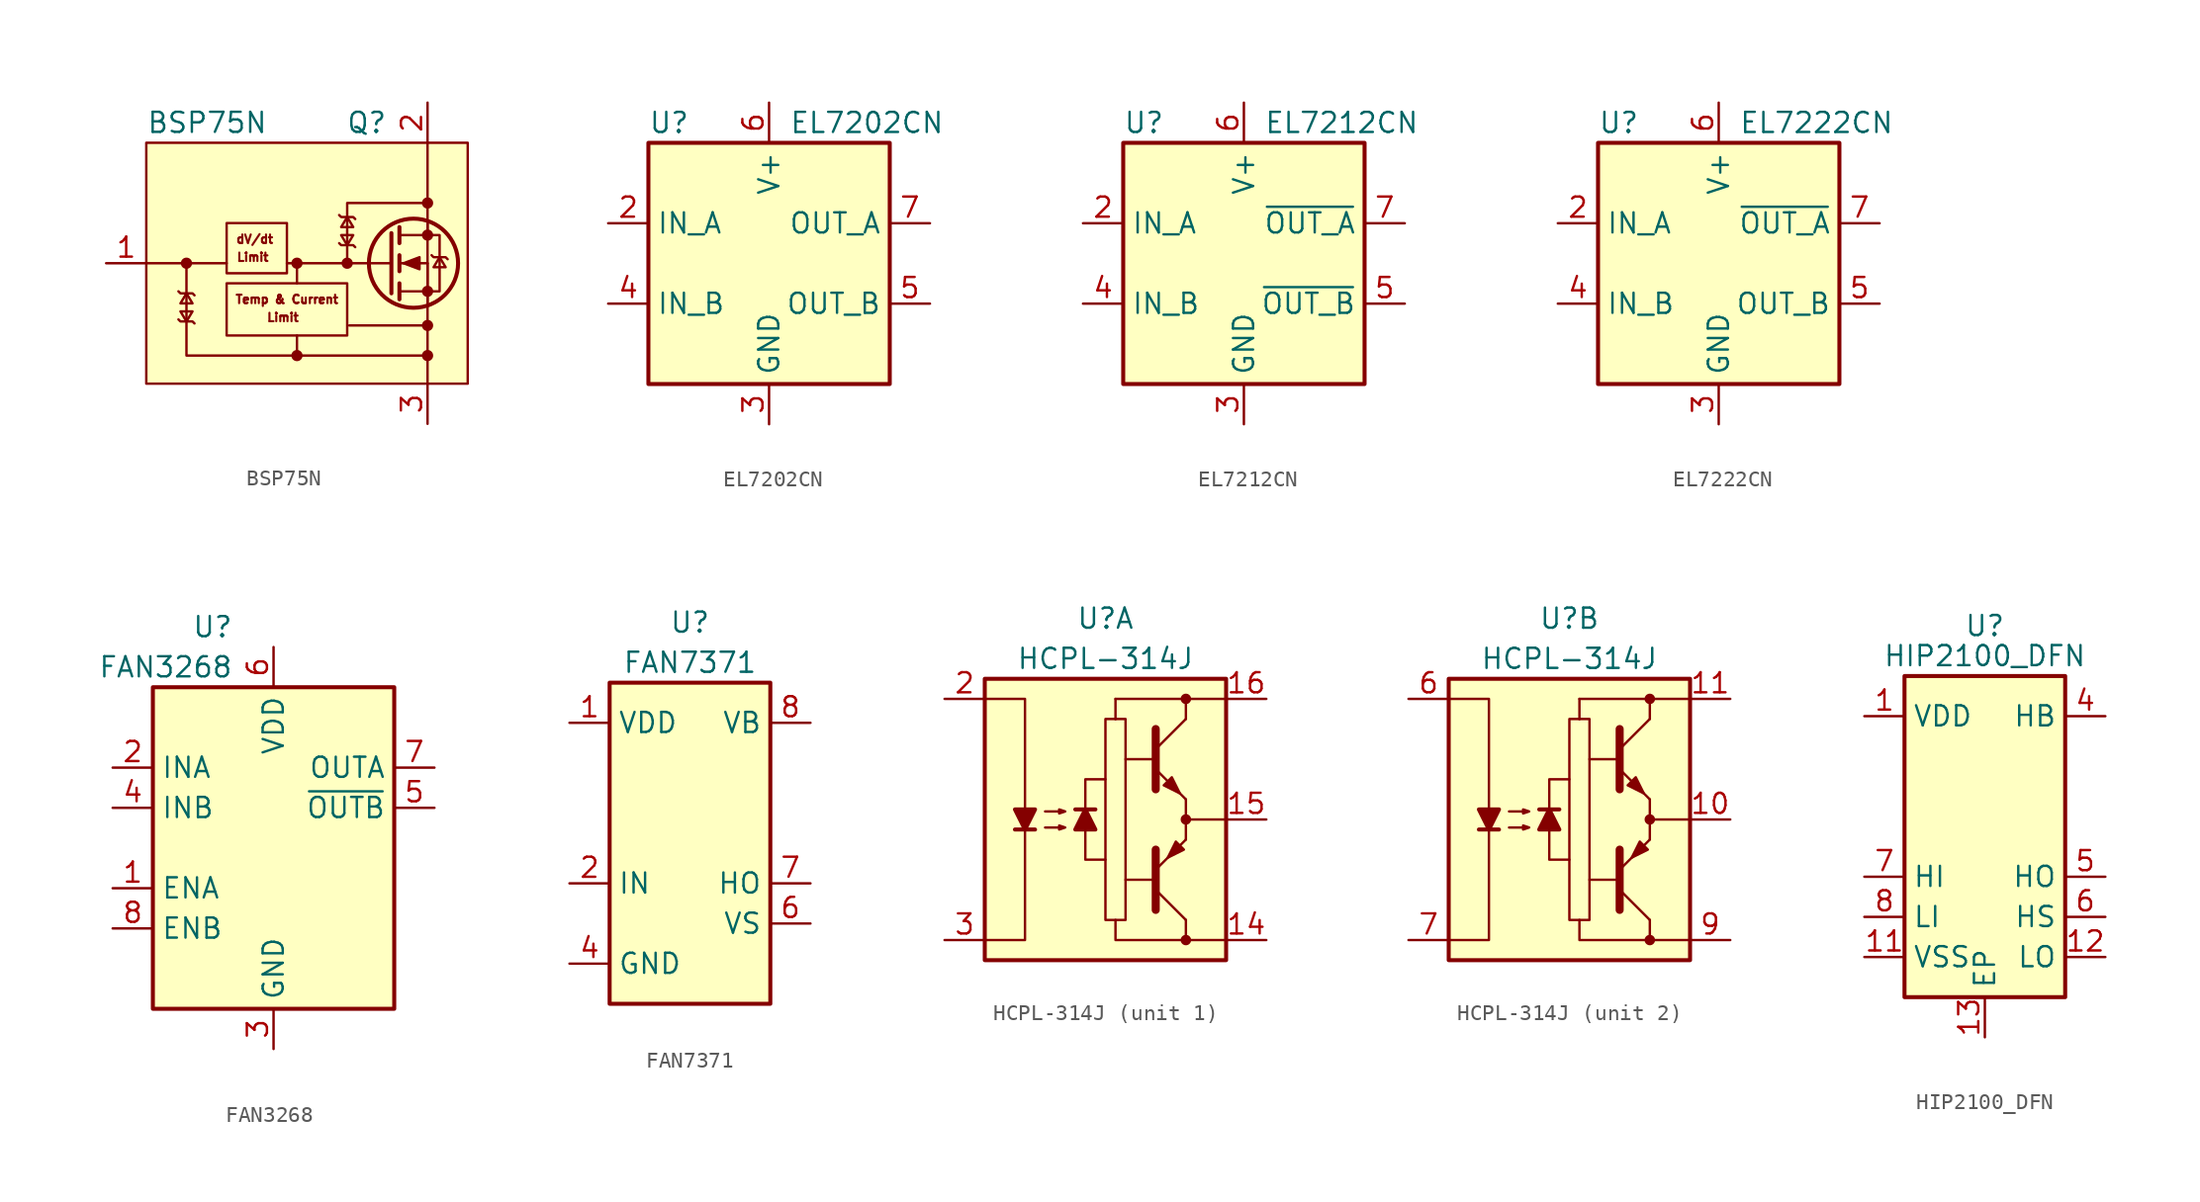
<source format=kicad_sym>
(kicad_symbol_lib
  (version 20201005)
  (generator kicad_symbol_editor)
  (symbol "Driver_FET:BSP75N"
    (pin_names
      (offset 0) hide)
    (property "Reference" "Q"
      (at 5.08 8.89 0)
      (effects (font (size 1.27 1.27)) (justify right)))
    (property "Value" "BSP75N"
      (at -10.16 8.89 0)
      (effects (font (size 1.27 1.27)) (justify left)))
    (symbol "BSP75N_0_0"
      (text "Limit" (at -1.524 -3.429 0) (effects (font (size 0.533 0.533))))
      (text "Temp & Current" (at -1.27 -2.286 0) (effects (font (size 0.533 0.533))))
      (rectangle (start -10.16 7.62) (end 10.16 -7.62) (stroke (width 0)) (fill (type background)))
      (polyline (pts (xy 7.62 2.54) (xy 7.62 -7.62)) (stroke (width 0)) (fill (type none)))
      (polyline (pts (xy 7.62 2.54) (xy 7.62 7.62)) (stroke (width 0)) (fill (type none)))
      (polyline (pts (xy -0.635 -1.27) (xy -0.635 -0.635) (xy -0.635 0)) (stroke (width 0)) (fill (type none)))
      (polyline (pts (xy 2.54 0) (xy 2.54 3.81) (xy 7.62 3.81)) (stroke (width 0)) (fill (type none)))
      (polyline (pts (xy 7.62 -5.842) (xy -0.635 -5.842) (xy -0.635 -4.572)) (stroke (width 0)) (fill (type none)))
      (polyline (pts (xy -0.635 -5.842) (xy -7.62 -5.842) (xy -7.62 0) (xy -5.08 0)) (stroke (width 0)) (fill (type none))))
    (symbol "BSP75N_0_1"
      (rectangle (start -5.08 -1.27) (end 2.54 -4.572) (stroke (width 0)) (fill (type none)))
      (polyline (pts (xy -7.62 0) (xy -10.16 0)) (stroke (width 0)) (fill (type none)))
      (polyline (pts (xy 7.62 -3.937) (xy 2.667 -3.937)) (stroke (width 0)) (fill (type none))))
    (symbol "BSP75N_1_1"
      (circle (center -7.62 0) (radius 0.279) (stroke (width 0)) (fill (type outline)))
      (circle (center -0.635 -5.842) (radius 0.279) (stroke (width 0)) (fill (type outline)))
      (circle (center -0.635 0) (radius 0.279) (stroke (width 0)) (fill (type outline)))
      (circle (center 2.54 0) (radius 0.279) (stroke (width 0)) (fill (type outline)))
      (circle (center 6.731 0) (radius 2.819) (stroke (width 0.254)) (fill (type none)))
      (circle (center 7.62 -5.842) (radius 0.279) (stroke (width 0)) (fill (type outline)))
      (circle (center 7.62 -3.937) (radius 0.279) (stroke (width 0)) (fill (type outline)))
      (circle (center 7.62 -1.778) (radius 0.279) (stroke (width 0)) (fill (type outline)))
      (circle (center 7.62 1.778) (radius 0.279) (stroke (width 0)) (fill (type outline)))
      (circle (center 7.62 3.81) (radius 0.279) (stroke (width 0)) (fill (type outline)))
      (text "dV/dt" (at -3.302 1.524 0) (effects (font (size 0.533 0.533))))
      (text "Limit" (at -3.429 0.381 0) (effects (font (size 0.533 0.533))))
      (rectangle (start -5.08 2.54) (end -1.27 -0.635) (stroke (width 0)) (fill (type none)))
      (polyline (pts (xy 2.54 0) (xy -1.27 0)) (stroke (width 0)) (fill (type none)))
      (polyline (pts (xy 2.54 0) (xy 5.334 0)) (stroke (width 0)) (fill (type none)))
      (polyline (pts (xy 5.842 -1.778) (xy 7.62 -1.778)) (stroke (width 0)) (fill (type none)))
      (polyline (pts (xy 5.842 -1.27) (xy 5.842 -2.286)) (stroke (width 0.254)) (fill (type none)))
      (polyline (pts (xy 5.842 0) (xy 7.62 0)) (stroke (width 0)) (fill (type none)))
      (polyline (pts (xy 5.842 0.508) (xy 5.842 -0.508)) (stroke (width 0.254)) (fill (type none)))
      (polyline (pts (xy 5.842 1.778) (xy 7.62 1.778)) (stroke (width 0)) (fill (type none)))
      (polyline (pts (xy 5.842 2.286) (xy 5.842 1.27)) (stroke (width 0.254)) (fill (type none)))
      (polyline (pts (xy 7.62 -1.778) (xy 7.62 -2.54)) (stroke (width 0)) (fill (type none)))
      (polyline (pts (xy 7.62 -1.778) (xy 7.62 0)) (stroke (width 0)) (fill (type none)))
      (polyline (pts (xy 7.62 2.54) (xy 7.62 1.778)) (stroke (width 0)) (fill (type none)))
      (polyline (pts (xy 5.334 1.905) (xy 5.334 -1.905) (xy 5.334 -1.905)) (stroke (width 0.254)) (fill (type none)))
      (polyline (pts (xy -8.128 -1.778) (xy -8.001 -1.905) (xy -7.239 -1.905) (xy -7.112 -2.032)) (stroke (width 0)) (fill (type none)))
      (polyline (pts (xy -7.62 -3.683) (xy -7.239 -3.048) (xy -8.001 -3.048) (xy -7.62 -3.683)) (stroke (width 0)) (fill (type none)))
      (polyline (pts (xy -7.62 -1.905) (xy -8.001 -2.54) (xy -7.239 -2.54) (xy -7.62 -1.905)) (stroke (width 0)) (fill (type none)))
      (polyline (pts (xy -7.112 -3.81) (xy -7.239 -3.683) (xy -8.001 -3.683) (xy -8.128 -3.556)) (stroke (width 0)) (fill (type none)))
      (polyline (pts (xy 2.032 3.048) (xy 2.159 2.921) (xy 2.921 2.921) (xy 3.048 2.794)) (stroke (width 0)) (fill (type none)))
      (polyline (pts (xy 2.54 1.143) (xy 2.921 1.778) (xy 2.159 1.778) (xy 2.54 1.143)) (stroke (width 0)) (fill (type none)))
      (polyline (pts (xy 2.54 2.921) (xy 2.159 2.286) (xy 2.921 2.286) (xy 2.54 2.921)) (stroke (width 0)) (fill (type none)))
      (polyline (pts (xy 3.048 1.016) (xy 2.921 1.143) (xy 2.159 1.143) (xy 2.032 1.27)) (stroke (width 0)) (fill (type none)))
      (polyline (pts (xy 6.096 0) (xy 7.112 0.381) (xy 7.112 -0.381) (xy 6.096 0)) (stroke (width 0)) (fill (type outline)))
      (polyline (pts (xy 7.62 -1.778) (xy 8.382 -1.778) (xy 8.382 1.778) (xy 7.62 1.778)) (stroke (width 0)) (fill (type none)))
      (polyline (pts (xy 7.874 0.508) (xy 8.001 0.381) (xy 8.763 0.381) (xy 8.89 0.254)) (stroke (width 0)) (fill (type none)))
      (polyline (pts (xy 8.382 0.381) (xy 8.001 -0.254) (xy 8.763 -0.254) (xy 8.382 0.381)) (stroke (width 0)) (fill (type none)))
      (pin input line (at -12.7 0 0) (length 2.54) (name "G" (effects (font (size 1.27 1.27)))) (number "1" (effects (font (size 1.27 1.27)))))
      (pin passive line (at 7.62 10.16 270) (length 2.54) (name "D" (effects (font (size 1.27 1.27)))) (number "2" (effects (font (size 1.27 1.27)))))
      (pin passive line (at 7.62 -10.16 90) (length 2.54) (name "S" (effects (font (size 1.27 1.27)))) (number "3" (effects (font (size 1.27 1.27)))))
      (pin passive line (at 7.62 -10.16 90) (length 2.54) hide (name "S" (effects (font (size 1.27 1.27)))) (number "4" (effects (font (size 1.27 1.27)))))))
  (symbol "Driver_FET:EL7202CN"
    (property "Reference" "U"
      (at -7.62 8.89 0)
      (effects (font (size 1.27 1.27)) (justify left)))
    (property "Value" "EL7202CN"
      (at 1.27 8.89 0)
      (effects (font (size 1.27 1.27)) (justify left)))
    (symbol "EL7202CN_0_1"
      (rectangle (start -7.62 -7.62) (end 7.62 7.62) (stroke (width 0.254)) (fill (type background))))
    (symbol "EL7202CN_1_1"
      (pin no_connect line (at -7.62 0 0) (length 2.54) hide (name "NC" (effects (font (size 1.27 1.27)))) (number "1" (effects (font (size 1.27 1.27)))))
      (pin input line (at -10.16 2.54 0) (length 2.54) (name "IN_A" (effects (font (size 1.27 1.27)))) (number "2" (effects (font (size 1.27 1.27)))))
      (pin power_in line (at 0 -10.16 90) (length 2.54) (name "GND" (effects (font (size 1.27 1.27)))) (number "3" (effects (font (size 1.27 1.27)))))
      (pin input line (at -10.16 -2.54 0) (length 2.54) (name "IN_B" (effects (font (size 1.27 1.27)))) (number "4" (effects (font (size 1.27 1.27)))))
      (pin output line (at 10.16 -2.54 180) (length 2.54) (name "OUT_B" (effects (font (size 1.27 1.27)))) (number "5" (effects (font (size 1.27 1.27)))))
      (pin power_in line (at 0 10.16 270) (length 2.54) (name "V+" (effects (font (size 1.27 1.27)))) (number "6" (effects (font (size 1.27 1.27)))))
      (pin output line (at 10.16 2.54 180) (length 2.54) (name "OUT_A" (effects (font (size 1.27 1.27)))) (number "7" (effects (font (size 1.27 1.27)))))
      (pin no_connect line (at 7.62 0 180) (length 2.54) hide (name "NC" (effects (font (size 1.27 1.27)))) (number "8" (effects (font (size 1.27 1.27)))))))
  (symbol "Driver_FET:EL7212CN"
    (property "Reference" "U"
      (at -7.62 8.89 0)
      (effects (font (size 1.27 1.27)) (justify left)))
    (property "Value" "EL7212CN"
      (at 1.27 8.89 0)
      (effects (font (size 1.27 1.27)) (justify left)))
    (symbol "EL7212CN_0_1"
      (rectangle (start -7.62 -7.62) (end 7.62 7.62) (stroke (width 0.254)) (fill (type background))))
    (symbol "EL7212CN_1_1"
      (pin no_connect line (at -7.62 0 0) (length 2.54) hide (name "NC" (effects (font (size 1.27 1.27)))) (number "1" (effects (font (size 1.27 1.27)))))
      (pin input line (at -10.16 2.54 0) (length 2.54) (name "IN_A" (effects (font (size 1.27 1.27)))) (number "2" (effects (font (size 1.27 1.27)))))
      (pin power_in line (at 0 -10.16 90) (length 2.54) (name "GND" (effects (font (size 1.27 1.27)))) (number "3" (effects (font (size 1.27 1.27)))))
      (pin input line (at -10.16 -2.54 0) (length 2.54) (name "IN_B" (effects (font (size 1.27 1.27)))) (number "4" (effects (font (size 1.27 1.27)))))
      (pin output line (at 10.16 -2.54 180) (length 2.54) (name "~OUT_B" (effects (font (size 1.27 1.27)))) (number "5" (effects (font (size 1.27 1.27)))))
      (pin power_in line (at 0 10.16 270) (length 2.54) (name "V+" (effects (font (size 1.27 1.27)))) (number "6" (effects (font (size 1.27 1.27)))))
      (pin output line (at 10.16 2.54 180) (length 2.54) (name "~OUT_A" (effects (font (size 1.27 1.27)))) (number "7" (effects (font (size 1.27 1.27)))))
      (pin no_connect line (at 7.62 0 180) (length 2.54) hide (name "NC" (effects (font (size 1.27 1.27)))) (number "8" (effects (font (size 1.27 1.27)))))))
  (symbol "Driver_FET:EL7222CN"
    (property "Reference" "U"
      (at -7.62 8.89 0)
      (effects (font (size 1.27 1.27)) (justify left)))
    (property "Value" "EL7222CN"
      (at 1.27 8.89 0)
      (effects (font (size 1.27 1.27)) (justify left)))
    (symbol "EL7222CN_0_1"
      (rectangle (start -7.62 -7.62) (end 7.62 7.62) (stroke (width 0.254)) (fill (type background))))
    (symbol "EL7222CN_1_1"
      (pin no_connect line (at -7.62 0 0) (length 2.54) hide (name "NC" (effects (font (size 1.27 1.27)))) (number "1" (effects (font (size 1.27 1.27)))))
      (pin input line (at -10.16 2.54 0) (length 2.54) (name "IN_A" (effects (font (size 1.27 1.27)))) (number "2" (effects (font (size 1.27 1.27)))))
      (pin power_in line (at 0 -10.16 90) (length 2.54) (name "GND" (effects (font (size 1.27 1.27)))) (number "3" (effects (font (size 1.27 1.27)))))
      (pin input line (at -10.16 -2.54 0) (length 2.54) (name "IN_B" (effects (font (size 1.27 1.27)))) (number "4" (effects (font (size 1.27 1.27)))))
      (pin output line (at 10.16 -2.54 180) (length 2.54) (name "OUT_B" (effects (font (size 1.27 1.27)))) (number "5" (effects (font (size 1.27 1.27)))))
      (pin power_in line (at 0 10.16 270) (length 2.54) (name "V+" (effects (font (size 1.27 1.27)))) (number "6" (effects (font (size 1.27 1.27)))))
      (pin output line (at 10.16 2.54 180) (length 2.54) (name "~OUT_A" (effects (font (size 1.27 1.27)))) (number "7" (effects (font (size 1.27 1.27)))))
      (pin no_connect line (at 7.62 0 180) (length 2.54) hide (name "NC" (effects (font (size 1.27 1.27)))) (number "8" (effects (font (size 1.27 1.27)))))))
  (symbol "Driver_FET:FAN3268"
    (property "Reference" "U"
      (at -2.54 13.97 0)
      (effects (font (size 1.27 1.27)) (justify right)))
    (property "Value" "FAN3268"
      (at -2.54 11.43 0)
      (effects (font (size 1.27 1.27)) (justify right)))
    (symbol "FAN3268_0_1"
      (rectangle (start -7.62 10.16) (end 7.62 -10.16) (stroke (width 0.254)) (fill (type background))))
    (symbol "FAN3268_1_1"
      (pin input line (at -10.16 -2.54 0) (length 2.54) (name "ENA" (effects (font (size 1.27 1.27)))) (number "1" (effects (font (size 1.27 1.27)))))
      (pin input line (at -10.16 5.08 0) (length 2.54) (name "INA" (effects (font (size 1.27 1.27)))) (number "2" (effects (font (size 1.27 1.27)))))
      (pin power_in line (at 0 -12.7 90) (length 2.54) (name "GND" (effects (font (size 1.27 1.27)))) (number "3" (effects (font (size 1.27 1.27)))))
      (pin input line (at -10.16 2.54 0) (length 2.54) (name "INB" (effects (font (size 1.27 1.27)))) (number "4" (effects (font (size 1.27 1.27)))))
      (pin output line (at 10.16 2.54 180) (length 2.54) (name "~OUTB~" (effects (font (size 1.27 1.27)))) (number "5" (effects (font (size 1.27 1.27)))))
      (pin power_in line (at 0 12.7 270) (length 2.54) (name "VDD" (effects (font (size 1.27 1.27)))) (number "6" (effects (font (size 1.27 1.27)))))
      (pin output line (at 10.16 5.08 180) (length 2.54) (name "OUTA" (effects (font (size 1.27 1.27)))) (number "7" (effects (font (size 1.27 1.27)))))
      (pin input line (at -10.16 -5.08 0) (length 2.54) (name "ENB" (effects (font (size 1.27 1.27)))) (number "8" (effects (font (size 1.27 1.27)))))))
  (symbol "Driver_FET:FAN7371"
    (property "Reference" "U"
      (at 0 13.97 0)
      (effects (font (size 1.27 1.27))))
    (property "Value" "FAN7371"
      (at 0 11.43 0)
      (effects (font (size 1.27 1.27))))
    (symbol "FAN7371_0_1"
      (rectangle (start -5.08 10.16) (end 5.08 -10.16) (stroke (width 0.254)) (fill (type background))))
    (symbol "FAN7371_1_1"
      (pin power_in line (at -7.62 7.62 0) (length 2.54) (name "VDD" (effects (font (size 1.27 1.27)))) (number "1" (effects (font (size 1.27 1.27)))))
      (pin input line (at -7.62 -2.54 0) (length 2.54) (name "IN" (effects (font (size 1.27 1.27)))) (number "2" (effects (font (size 1.27 1.27)))))
      (pin no_connect line (at -5.08 -5.08 0) (length 2.54) hide (name "NC" (effects (font (size 1.27 1.27)))) (number "3" (effects (font (size 1.27 1.27)))))
      (pin power_in line (at -7.62 -7.62 0) (length 2.54) (name "GND" (effects (font (size 1.27 1.27)))) (number "4" (effects (font (size 1.27 1.27)))))
      (pin no_connect line (at 5.08 -7.62 180) (length 2.54) hide (name "NC" (effects (font (size 1.27 1.27)))) (number "5" (effects (font (size 1.27 1.27)))))
      (pin passive line (at 7.62 -5.08 180) (length 2.54) (name "VS" (effects (font (size 1.27 1.27)))) (number "6" (effects (font (size 1.27 1.27)))))
      (pin output line (at 7.62 -2.54 180) (length 2.54) (name "HO" (effects (font (size 1.27 1.27)))) (number "7" (effects (font (size 1.27 1.27)))))
      (pin passive line (at 7.62 7.62 180) (length 2.54) (name "VB" (effects (font (size 1.27 1.27)))) (number "8" (effects (font (size 1.27 1.27)))))))
  (symbol "Driver_FET:HCPL-314J"
    (pin_names hide)
    (property "Reference" "U"
      (at 0 12.7 0)
      (effects (font (size 1.27 1.27))))
    (property "Value" "HCPL-314J"
      (at 0 10.16 0)
      (effects (font (size 1.27 1.27))))
    (symbol "HCPL-314J_0_1"
      (circle (center 5.08 -7.62) (radius 0.254) (stroke (width 0)) (fill (type outline)))
      (circle (center 5.08 0) (radius 0.254) (stroke (width 0)) (fill (type outline)))
      (circle (center 5.08 7.62) (radius 0.254) (stroke (width 0)) (fill (type outline)))
      (rectangle (start -7.62 8.89) (end 7.62 -8.89) (stroke (width 0.254)) (fill (type background)))
      (rectangle (start 0.635 6.35) (end 0.635 6.35) (stroke (width 0)) (fill (type none)))
      (rectangle (start 0.635 6.35) (end 0.635 7.62) (stroke (width 0)) (fill (type none)))
      (rectangle (start 5.08 1.27) (end 5.08 -1.27) (stroke (width 0)) (fill (type none)))
      (polyline (pts (xy -5.715 -0.635) (xy -4.445 -0.635)) (stroke (width 0.254)) (fill (type none)))
      (polyline (pts (xy -0.635 0.635) (xy -1.905 0.635)) (stroke (width 0.254)) (fill (type none)))
      (polyline (pts (xy 3.048 -3.81) (xy 1.27 -3.81)) (stroke (width 0)) (fill (type none)))
      (polyline (pts (xy 3.048 3.81) (xy 1.27 3.81)) (stroke (width 0)) (fill (type none)))
      (polyline (pts (xy 3.175 -4.445) (xy 5.08 -6.35)) (stroke (width 0)) (fill (type none)))
      (polyline (pts (xy 3.175 4.445) (xy 5.08 6.35)) (stroke (width 0)) (fill (type none)))
      (polyline (pts (xy 5.08 -6.35) (xy 5.08 -7.62)) (stroke (width 0)) (fill (type none)))
      (polyline (pts (xy 5.08 -1.27) (xy 3.175 -3.175)) (stroke (width 0)) (fill (type outline)))
      (polyline (pts (xy 5.08 0) (xy 7.62 0)) (stroke (width 0)) (fill (type none)))
      (polyline (pts (xy 5.08 1.27) (xy 3.175 3.175)) (stroke (width 0)) (fill (type outline)))
      (polyline (pts (xy 5.08 6.35) (xy 5.08 7.62)) (stroke (width 0)) (fill (type none)))
      (polyline (pts (xy 7.62 7.62) (xy 0.635 7.62)) (stroke (width 0)) (fill (type none)))
      (polyline (pts (xy -1.27 -0.635) (xy -1.27 -2.54) (xy 0 -2.54)) (stroke (width 0)) (fill (type none)))
      (polyline (pts (xy -1.27 0.635) (xy -1.27 2.54) (xy 0 2.54)) (stroke (width 0)) (fill (type none)))
      (polyline (pts (xy 0.635 -6.35) (xy 0.635 -7.62) (xy 7.62 -7.62)) (stroke (width 0)) (fill (type none)))
      (polyline (pts (xy 3.175 -5.715) (xy 3.175 -1.905) (xy 3.175 -1.905)) (stroke (width 0.508)) (fill (type none)))
      (polyline (pts (xy 3.175 5.715) (xy 3.175 1.905) (xy 3.175 1.905)) (stroke (width 0.508)) (fill (type none)))
      (polyline (pts (xy -7.62 7.62) (xy -5.08 7.62) (xy -5.08 -7.62) (xy -7.62 -7.62)) (stroke (width 0)) (fill (type none)))
      (polyline (pts (xy -5.08 -0.635) (xy -5.715 0.635) (xy -4.445 0.635) (xy -5.08 -0.635)) (stroke (width 0.254)) (fill (type outline)))
      (polyline (pts (xy -1.27 0.635) (xy -0.635 -0.635) (xy -1.905 -0.635) (xy -1.27 0.635)) (stroke (width 0.254)) (fill (type outline)))
      (polyline (pts (xy -3.81 -0.508) (xy -2.54 -0.508) (xy -2.921 -0.635) (xy -2.921 -0.381) (xy -2.54 -0.508)) (stroke (width 0)) (fill (type none)))
      (polyline (pts (xy -3.81 0.508) (xy -2.54 0.508) (xy -2.921 0.381) (xy -2.921 0.635) (xy -2.54 0.508)) (stroke (width 0)) (fill (type none)))
      (polyline (pts (xy 1.27 6.35) (xy 1.27 -6.35) (xy 0 -6.35) (xy 0 6.35) (xy 1.27 6.35)) (stroke (width 0)) (fill (type none)))
      (polyline (pts (xy 3.683 2.159) (xy 4.191 2.667) (xy 4.699 1.651) (xy 3.683 2.159) (xy 3.683 2.159)) (stroke (width 0)) (fill (type outline)))
      (polyline (pts (xy 4.953 -1.905) (xy 4.445 -1.397) (xy 3.937 -2.413) (xy 4.953 -1.905) (xy 4.953 -1.905)) (stroke (width 0)) (fill (type outline))))
    (symbol "HCPL-314J_1_1"
      (pin no_connect line (at -7.62 0 0) (length 2.54) hide (name "NC" (effects (font (size 1.27 1.27)))) (number "1" (effects (font (size 1.27 1.27)))))
      (pin power_in line (at 10.16 -7.62 180) (length 2.54) (name "VEE" (effects (font (size 1.27 1.27)))) (number "14" (effects (font (size 1.27 1.27)))))
      (pin output line (at 10.16 0 180) (length 2.54) (name "VO" (effects (font (size 1.27 1.27)))) (number "15" (effects (font (size 1.27 1.27)))))
      (pin power_in line (at 10.16 7.62 180) (length 2.54) (name "VCC" (effects (font (size 1.27 1.27)))) (number "16" (effects (font (size 1.27 1.27)))))
      (pin passive line (at -10.16 7.62 0) (length 2.54) (name "A" (effects (font (size 1.27 1.27)))) (number "2" (effects (font (size 1.27 1.27)))))
      (pin passive line (at -10.16 -7.62 0) (length 2.54) (name "C" (effects (font (size 1.27 1.27)))) (number "3" (effects (font (size 1.27 1.27))))))
    (symbol "HCPL-314J_2_1"
      (pin output line (at 10.16 0 180) (length 2.54) (name "VO" (effects (font (size 1.27 1.27)))) (number "10" (effects (font (size 1.27 1.27)))))
      (pin power_in line (at 10.16 7.62 180) (length 2.54) (name "VCC" (effects (font (size 1.27 1.27)))) (number "11" (effects (font (size 1.27 1.27)))))
      (pin passive line (at -10.16 7.62 0) (length 2.54) (name "A" (effects (font (size 1.27 1.27)))) (number "6" (effects (font (size 1.27 1.27)))))
      (pin passive line (at -10.16 -7.62 0) (length 2.54) (name "C" (effects (font (size 1.27 1.27)))) (number "7" (effects (font (size 1.27 1.27)))))
      (pin no_connect line (at -7.62 0 0) (length 2.54) hide (name "NC" (effects (font (size 1.27 1.27)))) (number "8" (effects (font (size 1.27 1.27)))))
      (pin power_in line (at 10.16 -7.62 180) (length 2.54) (name "VEE" (effects (font (size 1.27 1.27)))) (number "9" (effects (font (size 1.27 1.27)))))))
  (symbol "Driver_FET:HIP2100_DFN"
    (property "Reference" "U"
      (at 0 13.335 0)
      (effects (font (size 1.27 1.27))))
    (property "Value" "HIP2100_DFN"
      (at 0 11.43 0)
      (effects (font (size 1.27 1.27))))
    (symbol "HIP2100_DFN_0_1"
      (rectangle (start -5.08 -10.16) (end 5.08 10.16) (stroke (width 0.254)) (fill (type background))))
    (symbol "HIP2100_DFN_1_1"
      (pin power_in line (at -7.62 7.62 0) (length 2.54) (name "VDD" (effects (font (size 1.27 1.27)))) (number "1" (effects (font (size 1.27 1.27)))))
      (pin no_connect line (at 5.08 2.54 180) (length 2.54) hide (name "NC" (effects (font (size 1.27 1.27)))) (number "10" (effects (font (size 1.27 1.27)))))
      (pin power_in line (at -7.62 -7.62 0) (length 2.54) (name "VSS" (effects (font (size 1.27 1.27)))) (number "11" (effects (font (size 1.27 1.27)))))
      (pin output line (at 7.62 -7.62 180) (length 2.54) (name "LO" (effects (font (size 1.27 1.27)))) (number "12" (effects (font (size 1.27 1.27)))))
      (pin output line (at 0 -12.7 90) (length 2.54) (name "EP" (effects (font (size 1.27 1.27)))) (number "13" (effects (font (size 1.27 1.27)))))
      (pin no_connect line (at -5.08 5.08 0) (length 2.54) hide (name "NC" (effects (font (size 1.27 1.27)))) (number "2" (effects (font (size 1.27 1.27)))))
      (pin no_connect line (at -5.08 2.54 0) (length 2.54) hide (name "NC" (effects (font (size 1.27 1.27)))) (number "3" (effects (font (size 1.27 1.27)))))
      (pin passive line (at 7.62 7.62 180) (length 2.54) (name "HB" (effects (font (size 1.27 1.27)))) (number "4" (effects (font (size 1.27 1.27)))))
      (pin output line (at 7.62 -2.54 180) (length 2.54) (name "HO" (effects (font (size 1.27 1.27)))) (number "5" (effects (font (size 1.27 1.27)))))
      (pin passive line (at 7.62 -5.08 180) (length 2.54) (name "HS" (effects (font (size 1.27 1.27)))) (number "6" (effects (font (size 1.27 1.27)))))
      (pin input line (at -7.62 -2.54 0) (length 2.54) (name "HI" (effects (font (size 1.27 1.27)))) (number "7" (effects (font (size 1.27 1.27)))))
      (pin input line (at -7.62 -5.08 0) (length 2.54) (name "LI" (effects (font (size 1.27 1.27)))) (number "8" (effects (font (size 1.27 1.27)))))
      (pin no_connect line (at 5.08 5.08 180) (length 2.54) hide (name "NC" (effects (font (size 1.27 1.27)))) (number "9" (effects (font (size 1.27 1.27))))))))
</source>
